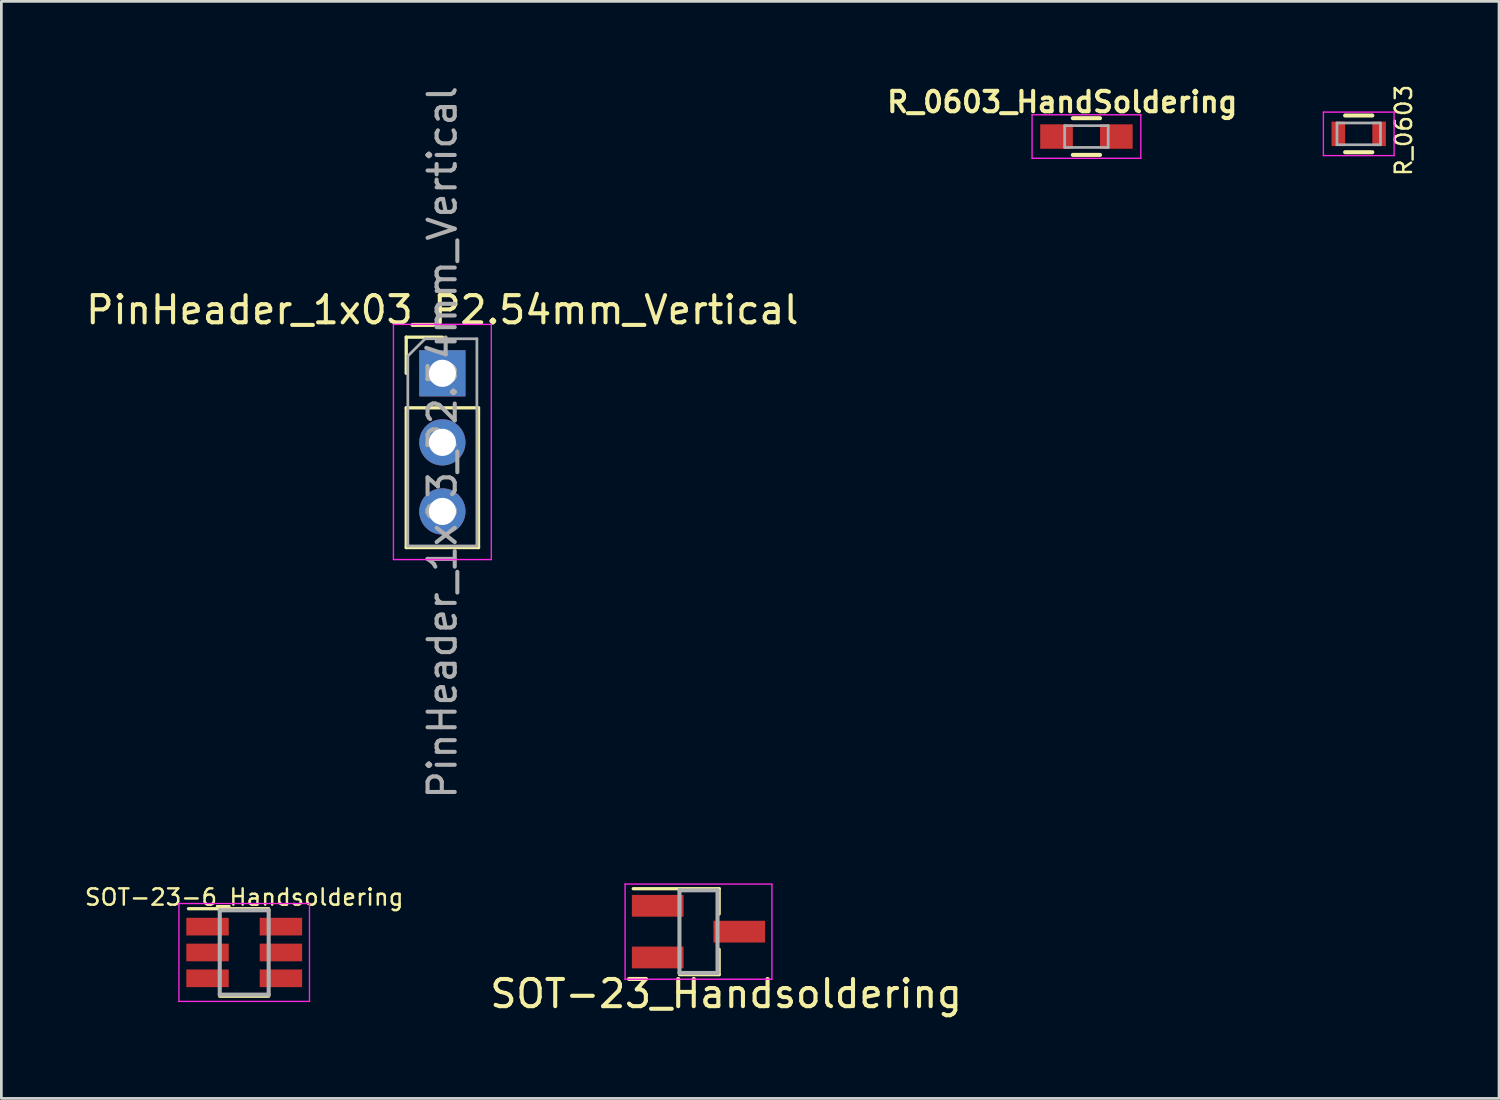
<source format=kicad_pcb>
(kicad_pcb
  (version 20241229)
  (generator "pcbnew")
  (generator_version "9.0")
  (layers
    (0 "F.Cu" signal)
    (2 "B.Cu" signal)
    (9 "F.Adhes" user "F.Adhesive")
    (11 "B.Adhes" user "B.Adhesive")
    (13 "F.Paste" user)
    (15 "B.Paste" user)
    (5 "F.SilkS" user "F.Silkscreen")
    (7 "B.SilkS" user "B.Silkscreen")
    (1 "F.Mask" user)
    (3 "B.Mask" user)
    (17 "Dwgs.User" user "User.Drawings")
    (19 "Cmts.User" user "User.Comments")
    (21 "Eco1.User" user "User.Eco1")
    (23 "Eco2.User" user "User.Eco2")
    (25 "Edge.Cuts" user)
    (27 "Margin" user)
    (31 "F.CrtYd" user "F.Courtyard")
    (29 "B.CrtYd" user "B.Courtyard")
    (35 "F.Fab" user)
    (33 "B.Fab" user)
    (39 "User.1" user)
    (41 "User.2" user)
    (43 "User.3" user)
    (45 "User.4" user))
  (footprint "R_0603_HandSoldering"
    (layer "F.Cu")
    (at 36.908 1.972)
    (property "Reference" "R_0603_HandSoldering" (at -0.889 -1.27 0) (layer "F.SilkS") (effects (font (size 0.75 0.75) (thickness 0.15))))
    (attr smd)
    (fp_line (start -0.5 -0.675) (end 0.5 -0.675) (stroke (width 0.15) (type solid)) (layer "F.SilkS"))
    (fp_line (start 0.5 0.675) (end -0.5 0.675) (stroke (width 0.15) (type solid)) (layer "F.SilkS"))
    (fp_line (start -2 -0.8) (end -2 0.8) (stroke (width 0.05) (type solid)) (layer "F.CrtYd"))
    (fp_line (start -2 -0.8) (end 2 -0.8) (stroke (width 0.05) (type solid)) (layer "F.CrtYd"))
    (fp_line (start -2 0.8) (end 2 0.8) (stroke (width 0.05) (type solid)) (layer "F.CrtYd"))
    (fp_line (start 2 -0.8) (end 2 0.8) (stroke (width 0.05) (type solid)) (layer "F.CrtYd"))
    (fp_line (start -0.8 -0.4) (end 0.8 -0.4) (stroke (width 0.1) (type solid)) (layer "F.Fab"))
    (fp_line (start -0.8 0.4) (end -0.8 -0.4) (stroke (width 0.1) (type solid)) (layer "F.Fab"))
    (fp_line (start 0.8 -0.4) (end 0.8 0.4) (stroke (width 0.1) (type solid)) (layer "F.Fab"))
    (fp_line (start 0.8 0.4) (end -0.8 0.4) (stroke (width 0.1) (type solid)) (layer "F.Fab"))
    (pad "1" smd rect (at -1.1 0) (size 1.2 0.9) (layers "F.Cu" "F.Mask" "F.Paste"))
    (pad "2" smd rect (at 1.1 0) (size 1.2 0.9) (layers "F.Cu" "F.Mask" "F.Paste")))
  (footprint "PinHeader_1x03_P2.54mm_Vertical"
    (layer "F.Cu")
    (at 13.22 10.68)
    (property "Reference" "PinHeader_1x03_P2.54mm_Vertical" (at 0 -2.33 0) (layer "F.SilkS") (effects (font (size 1 1) (thickness 0.15))))
    (attr through_hole)
    (fp_line (start -1.33 -1.33) (end 0 -1.33) (stroke (width 0.12) (type solid)) (layer "F.SilkS"))
    (fp_line (start -1.33 0) (end -1.33 -1.33) (stroke (width 0.12) (type solid)) (layer "F.SilkS"))
    (fp_line (start -1.33 1.27) (end -1.33 6.41) (stroke (width 0.12) (type solid)) (layer "F.SilkS"))
    (fp_line (start -1.33 1.27) (end 1.33 1.27) (stroke (width 0.12) (type solid)) (layer "F.SilkS"))
    (fp_line (start -1.33 6.41) (end 1.33 6.41) (stroke (width 0.12) (type solid)) (layer "F.SilkS"))
    (fp_line (start 1.33 1.27) (end 1.33 6.41) (stroke (width 0.12) (type solid)) (layer "F.SilkS"))
    (fp_line (start -1.8 -1.8) (end -1.8 6.85) (stroke (width 0.05) (type solid)) (layer "F.CrtYd"))
    (fp_line (start -1.8 6.85) (end 1.8 6.85) (stroke (width 0.05) (type solid)) (layer "F.CrtYd"))
    (fp_line (start 1.8 -1.8) (end -1.8 -1.8) (stroke (width 0.05) (type solid)) (layer "F.CrtYd"))
    (fp_line (start 1.8 6.85) (end 1.8 -1.8) (stroke (width 0.05) (type solid)) (layer "F.CrtYd"))
    (fp_line (start -1.27 -0.635) (end -0.635 -1.27) (stroke (width 0.1) (type solid)) (layer "F.Fab"))
    (fp_line (start -1.27 6.35) (end -1.27 -0.635) (stroke (width 0.1) (type solid)) (layer "F.Fab"))
    (fp_line (start -0.635 -1.27) (end 1.27 -1.27) (stroke (width 0.1) (type solid)) (layer "F.Fab"))
    (fp_line (start 1.27 -1.27) (end 1.27 6.35) (stroke (width 0.1) (type solid)) (layer "F.Fab"))
    (fp_line (start 1.27 6.35) (end -1.27 6.35) (stroke (width 0.1) (type solid)) (layer "F.Fab"))
    (fp_text user "${REFERENCE}" (at 0 2.54 90) (layer "F.Fab") (effects (font (size 1 1) (thickness 0.15))))
    (pad "1" thru_hole rect (at 0 0) (size 1.7 1.7) (drill 1) (layers "*.Cu" "*.Mask"))
    (pad "2" thru_hole oval (at 0 2.54) (size 1.7 1.7) (drill 1) (layers "*.Cu" "*.Mask"))
    (pad "3" thru_hole oval (at 0 5.08) (size 1.7 1.7) (drill 1) (layers "*.Cu" "*.Mask")))
  (footprint "SOT-23_Handsoldering"
    (layer "F.Cu")
    (at 22.64 31.215)
    (property "Reference" "SOT-23_Handsoldering" (at 1.016 2.286 0) (layer "F.SilkS") (effects (font (size 1 1) (thickness 0.15))))
    (attr smd)
    (fp_line (start 0.76 -1.58) (end -2.4 -1.58) (stroke (width 0.12) (type solid)) (layer "F.SilkS"))
    (fp_line (start 0.76 -1.58) (end 0.76 -0.65) (stroke (width 0.12) (type solid)) (layer "F.SilkS"))
    (fp_line (start 0.76 1.58) (end -0.7 1.58) (stroke (width 0.12) (type solid)) (layer "F.SilkS"))
    (fp_line (start 0.76 1.58) (end 0.76 0.65) (stroke (width 0.12) (type solid)) (layer "F.SilkS"))
    (fp_line (start -2.7 -1.75) (end 2.7 -1.75) (stroke (width 0.05) (type solid)) (layer "F.CrtYd"))
    (fp_line (start -2.7 1.75) (end -2.7 -1.75) (stroke (width 0.05) (type solid)) (layer "F.CrtYd"))
    (fp_line (start 2.7 -1.75) (end 2.7 1.75) (stroke (width 0.05) (type solid)) (layer "F.CrtYd"))
    (fp_line (start 2.7 1.75) (end -2.7 1.75) (stroke (width 0.05) (type solid)) (layer "F.CrtYd"))
    (fp_line (start -0.7 -1.52) (end -0.7 1.52) (stroke (width 0.15) (type solid)) (layer "F.Fab"))
    (fp_line (start -0.7 -1.52) (end 0.7 -1.52) (stroke (width 0.15) (type solid)) (layer "F.Fab"))
    (fp_line (start -0.7 1.52) (end 0.7 1.52) (stroke (width 0.15) (type solid)) (layer "F.Fab"))
    (fp_line (start 0.7 -1.52) (end 0.7 1.52) (stroke (width 0.15) (type solid)) (layer "F.Fab"))
    (pad "1" smd rect (at -1.5 -0.95) (size 1.9 0.8) (layers "F.Cu" "F.Mask" "F.Paste"))
    (pad "2" smd rect (at -1.5 0.95) (size 1.9 0.8) (layers "F.Cu" "F.Mask" "F.Paste"))
    (pad "3" smd rect (at 1.5 0) (size 1.9 0.8) (layers "F.Cu" "F.Mask" "F.Paste")))
  (footprint "SOT-23-6_Handsoldering"
    (layer "F.Cu")
    (at 5.932 31.981)
    (property "Reference" "SOT-23-6_Handsoldering" (at 0 -2.032 0) (layer "F.SilkS") (effects (font (size 0.6 0.6) (thickness 0.09))))
    (attr smd)
    (fp_line (start -0.9 1.61) (end 0.9 1.61) (stroke (width 0.12) (type solid)) (layer "F.SilkS"))
    (fp_line (start 0.9 -1.61) (end -2.05 -1.61) (stroke (width 0.12) (type solid)) (layer "F.SilkS"))
    (fp_line (start -2.4 -1.8) (end 2.4 -1.8) (stroke (width 0.05) (type solid)) (layer "F.CrtYd"))
    (fp_line (start -2.4 1.8) (end -2.4 -1.8) (stroke (width 0.05) (type solid)) (layer "F.CrtYd"))
    (fp_line (start 2.4 -1.8) (end 2.4 1.8) (stroke (width 0.05) (type solid)) (layer "F.CrtYd"))
    (fp_line (start 2.4 1.8) (end -2.4 1.8) (stroke (width 0.05) (type solid)) (layer "F.CrtYd"))
    (fp_line (start -0.9 -1.55) (end -0.9 1.55) (stroke (width 0.15) (type solid)) (layer "F.Fab"))
    (fp_line (start 0.9 -1.55) (end -0.9 -1.55) (stroke (width 0.15) (type solid)) (layer "F.Fab"))
    (fp_line (start 0.9 -1.55) (end 0.9 1.55) (stroke (width 0.15) (type solid)) (layer "F.Fab"))
    (fp_line (start 0.9 1.55) (end -0.9 1.55) (stroke (width 0.15) (type solid)) (layer "F.Fab"))
    (pad "1" smd rect (at -1.35 -0.95) (size 1.56 0.65) (layers "F.Cu" "F.Mask" "F.Paste"))
    (pad "2" smd rect (at -1.35 0) (size 1.56 0.65) (layers "F.Cu" "F.Mask" "F.Paste"))
    (pad "3" smd rect (at -1.35 0.95) (size 1.56 0.65) (layers "F.Cu" "F.Mask" "F.Paste"))
    (pad "4" smd rect (at 1.35 0.95) (size 1.56 0.65) (layers "F.Cu" "F.Mask" "F.Paste"))
    (pad "5" smd rect (at 1.35 0) (size 1.56 0.65) (layers "F.Cu" "F.Mask" "F.Paste"))
    (pad "6" smd rect (at 1.35 -0.95) (size 1.56 0.65) (layers "F.Cu" "F.Mask" "F.Paste")))
  (footprint "R_0603"
    (layer "F.Cu")
    (at 46.923 1.873)
    (property "Reference" "R_0603" (at 1.651 -0.127 90) (layer "F.SilkS") (effects (font (size 0.6 0.6) (thickness 0.09))))
    (attr smd)
    (fp_line (start -0.5 -0.675) (end 0.5 -0.675) (stroke (width 0.15) (type solid)) (layer "F.SilkS"))
    (fp_line (start 0.5 0.675) (end -0.5 0.675) (stroke (width 0.15) (type solid)) (layer "F.SilkS"))
    (fp_line (start -1.3 -0.8) (end -1.3 0.8) (stroke (width 0.05) (type solid)) (layer "F.CrtYd"))
    (fp_line (start -1.3 -0.8) (end 1.3 -0.8) (stroke (width 0.05) (type solid)) (layer "F.CrtYd"))
    (fp_line (start -1.3 0.8) (end 1.3 0.8) (stroke (width 0.05) (type solid)) (layer "F.CrtYd"))
    (fp_line (start 1.3 -0.8) (end 1.3 0.8) (stroke (width 0.05) (type solid)) (layer "F.CrtYd"))
    (fp_line (start -0.8 -0.4) (end 0.8 -0.4) (stroke (width 0.1) (type solid)) (layer "F.Fab"))
    (fp_line (start -0.8 0.4) (end -0.8 -0.4) (stroke (width 0.1) (type solid)) (layer "F.Fab"))
    (fp_line (start 0.8 -0.4) (end 0.8 0.4) (stroke (width 0.1) (type solid)) (layer "F.Fab"))
    (fp_line (start 0.8 0.4) (end -0.8 0.4) (stroke (width 0.1) (type solid)) (layer "F.Fab"))
    (pad "1" smd rect (at -0.75 0) (size 0.5 0.9) (layers "F.Cu" "F.Mask" "F.Paste"))
    (pad "2" smd rect (at 0.75 0) (size 0.5 0.9) (layers "F.Cu" "F.Mask" "F.Paste")))
  (gr_rect
    (start -3 -3)
    (end 52.083 37.35)
    (stroke (width 0.1) (type default))
    (fill no)
    (layer "Edge.Cuts")))
</source>
